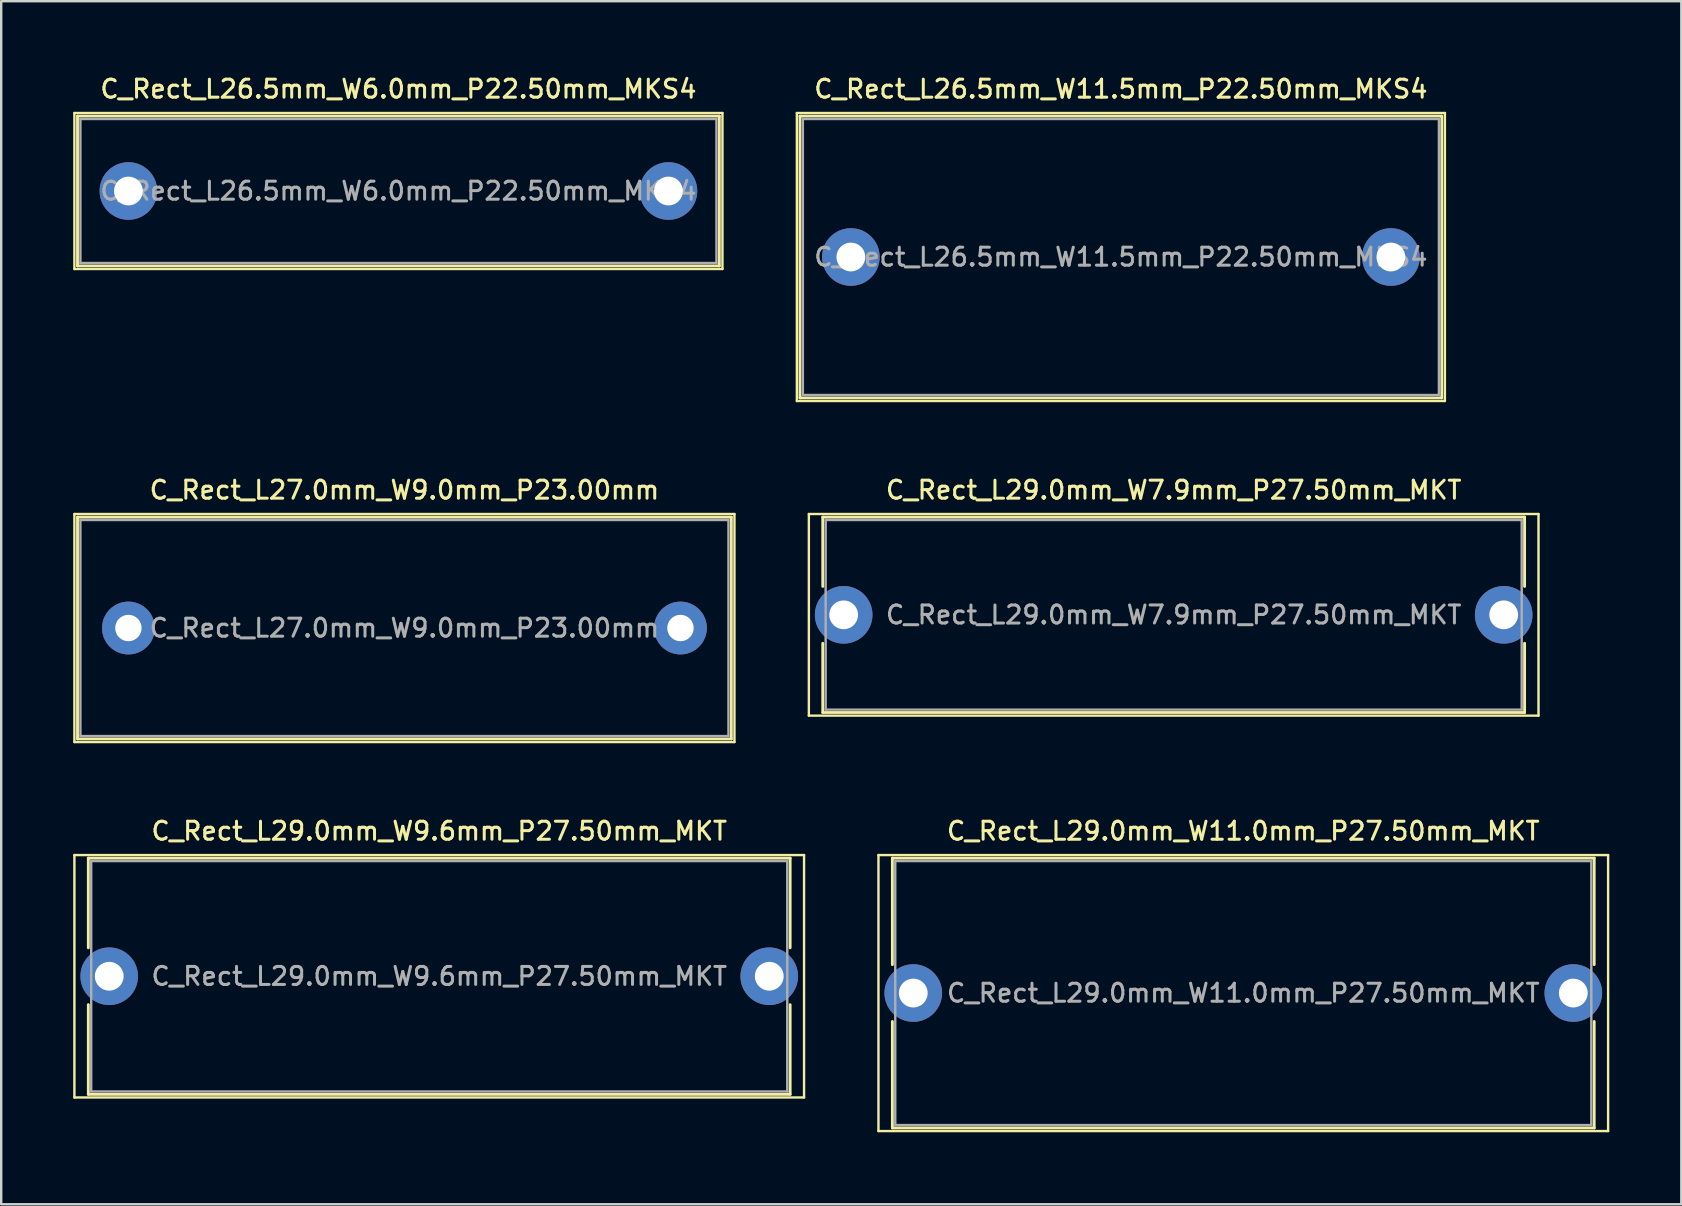
<source format=kicad_pcb>
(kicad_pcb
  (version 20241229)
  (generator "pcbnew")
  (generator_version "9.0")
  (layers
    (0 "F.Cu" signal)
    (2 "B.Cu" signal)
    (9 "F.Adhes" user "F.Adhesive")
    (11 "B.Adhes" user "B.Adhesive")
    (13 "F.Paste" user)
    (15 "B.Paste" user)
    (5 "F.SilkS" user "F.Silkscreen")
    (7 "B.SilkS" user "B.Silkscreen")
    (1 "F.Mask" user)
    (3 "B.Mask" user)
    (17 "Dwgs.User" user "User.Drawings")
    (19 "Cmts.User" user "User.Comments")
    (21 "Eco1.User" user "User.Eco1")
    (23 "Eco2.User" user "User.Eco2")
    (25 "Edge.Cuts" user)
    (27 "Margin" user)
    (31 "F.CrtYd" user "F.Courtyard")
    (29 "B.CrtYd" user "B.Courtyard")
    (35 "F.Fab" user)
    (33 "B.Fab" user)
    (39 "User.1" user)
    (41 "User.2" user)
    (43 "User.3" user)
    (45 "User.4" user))
  (footprint "C_Rect_L26.5mm_W11.5mm_P22.50mm_MKS4"
    (layer "F.Cu")
    (at 32.4 7.658)
    (property "Reference" "C_Rect_L26.5mm_W11.5mm_P22.50mm_MKS4" (at 11.25 -7 0) (layer "F.SilkS") (effects (font (size 0.75 0.75) (thickness 0.125))))
    (attr through_hole)
    (fp_line (start -2.25 -6) (end -2.25 6) (stroke (width 0.1) (type solid)) (layer "F.SilkS"))
    (fp_line (start -2.25 6) (end 24.75 6) (stroke (width 0.1) (type solid)) (layer "F.SilkS"))
    (fp_line (start -2.12 -5.87) (end -2.12 5.87) (stroke (width 0.12) (type solid)) (layer "F.SilkS"))
    (fp_line (start -2.12 -5.87) (end 24.62 -5.87) (stroke (width 0.12) (type solid)) (layer "F.SilkS"))
    (fp_line (start -2.12 5.87) (end 24.62 5.87) (stroke (width 0.12) (type solid)) (layer "F.SilkS"))
    (fp_line (start 24.62 -5.87) (end 24.62 5.87) (stroke (width 0.12) (type solid)) (layer "F.SilkS"))
    (fp_line (start 24.75 -6) (end -2.25 -6) (stroke (width 0.1) (type solid)) (layer "F.SilkS"))
    (fp_line (start 24.75 6) (end 24.75 -6) (stroke (width 0.1) (type solid)) (layer "F.SilkS"))
    (fp_line (start -2 -5.75) (end -2 5.75) (stroke (width 0.1) (type solid)) (layer "F.Fab"))
    (fp_line (start -2 5.75) (end 24.5 5.75) (stroke (width 0.1) (type solid)) (layer "F.Fab"))
    (fp_line (start 24.5 -5.75) (end -2 -5.75) (stroke (width 0.1) (type solid)) (layer "F.Fab"))
    (fp_line (start 24.5 5.75) (end 24.5 -5.75) (stroke (width 0.1) (type solid)) (layer "F.Fab"))
    (fp_text user "${REFERENCE}" (at 11.25 0 0) (layer "F.Fab") (effects (font (size 0.75 0.75) (thickness 0.125))))
    (pad "1" thru_hole circle (at 0 0) (size 2.4 2.4) (drill 1.2) (layers "*.Cu" "*.Mask"))
    (pad "2" thru_hole circle (at 22.5 0) (size 2.4 2.4) (drill 1.2) (layers "*.Cu" "*.Mask")))
  (footprint "C_Rect_L26.5mm_W6.0mm_P22.50mm_MKS4"
    (layer "F.Cu")
    (at 2.3 4.908)
    (property "Reference" "C_Rect_L26.5mm_W6.0mm_P22.50mm_MKS4" (at 11.25 -4.25 0) (layer "F.SilkS") (effects (font (size 0.75 0.75) (thickness 0.125))))
    (attr through_hole)
    (fp_line (start -2.25 -3.25) (end -2.25 3.25) (stroke (width 0.1) (type solid)) (layer "F.SilkS"))
    (fp_line (start -2.25 3.25) (end 24.75 3.25) (stroke (width 0.1) (type solid)) (layer "F.SilkS"))
    (fp_line (start -2.12 -3.12) (end -2.12 3.12) (stroke (width 0.12) (type solid)) (layer "F.SilkS"))
    (fp_line (start -2.12 -3.12) (end 24.62 -3.12) (stroke (width 0.12) (type solid)) (layer "F.SilkS"))
    (fp_line (start -2.12 3.12) (end 24.62 3.12) (stroke (width 0.12) (type solid)) (layer "F.SilkS"))
    (fp_line (start 24.62 -3.12) (end 24.62 3.12) (stroke (width 0.12) (type solid)) (layer "F.SilkS"))
    (fp_line (start 24.75 -3.25) (end -2.25 -3.25) (stroke (width 0.1) (type solid)) (layer "F.SilkS"))
    (fp_line (start 24.75 3.25) (end 24.75 -3.25) (stroke (width 0.1) (type solid)) (layer "F.SilkS"))
    (fp_line (start -2 -3) (end -2 3) (stroke (width 0.1) (type solid)) (layer "F.Fab"))
    (fp_line (start -2 3) (end 24.5 3) (stroke (width 0.1) (type solid)) (layer "F.Fab"))
    (fp_line (start 24.5 -3) (end -2 -3) (stroke (width 0.1) (type solid)) (layer "F.Fab"))
    (fp_line (start 24.5 3) (end 24.5 -3) (stroke (width 0.1) (type solid)) (layer "F.Fab"))
    (fp_text user "${REFERENCE}" (at 11.25 0 0) (layer "F.Fab") (effects (font (size 0.75 0.75) (thickness 0.125))))
    (pad "1" thru_hole circle (at 0 0) (size 2.4 2.4) (drill 1.2) (layers "*.Cu" "*.Mask"))
    (pad "2" thru_hole circle (at 22.5 0) (size 2.4 2.4) (drill 1.2) (layers "*.Cu" "*.Mask")))
  (footprint "C_Rect_L29.0mm_W11.0mm_P27.50mm_MKT"
    (layer "F.Cu")
    (at 35 38.324)
    (property "Reference" "C_Rect_L29.0mm_W11.0mm_P27.50mm_MKT" (at 13.75 -6.75 0) (layer "F.SilkS") (effects (font (size 0.75 0.75) (thickness 0.125))))
    (attr through_hole)
    (fp_line (start -1.45 -5.75) (end -1.45 5.75) (stroke (width 0.1) (type solid)) (layer "F.SilkS"))
    (fp_line (start -1.45 5.75) (end 28.95 5.75) (stroke (width 0.1) (type solid)) (layer "F.SilkS"))
    (fp_line (start -0.87 -5.62) (end -0.87 -1.185) (stroke (width 0.12) (type solid)) (layer "F.SilkS"))
    (fp_line (start -0.87 -5.62) (end 28.37 -5.62) (stroke (width 0.12) (type solid)) (layer "F.SilkS"))
    (fp_line (start -0.87 1.185) (end -0.87 5.62) (stroke (width 0.12) (type solid)) (layer "F.SilkS"))
    (fp_line (start -0.87 5.62) (end 28.37 5.62) (stroke (width 0.12) (type solid)) (layer "F.SilkS"))
    (fp_line (start 28.37 -5.62) (end 28.37 -1.185) (stroke (width 0.12) (type solid)) (layer "F.SilkS"))
    (fp_line (start 28.37 1.185) (end 28.37 5.62) (stroke (width 0.12) (type solid)) (layer "F.SilkS"))
    (fp_line (start 28.95 -5.75) (end -1.45 -5.75) (stroke (width 0.1) (type solid)) (layer "F.SilkS"))
    (fp_line (start 28.95 5.75) (end 28.95 -5.75) (stroke (width 0.1) (type solid)) (layer "F.SilkS"))
    (fp_line (start -0.75 -5.5) (end -0.75 5.5) (stroke (width 0.1) (type solid)) (layer "F.Fab"))
    (fp_line (start -0.75 5.5) (end 28.25 5.5) (stroke (width 0.1) (type solid)) (layer "F.Fab"))
    (fp_line (start 28.25 -5.5) (end -0.75 -5.5) (stroke (width 0.1) (type solid)) (layer "F.Fab"))
    (fp_line (start 28.25 5.5) (end 28.25 -5.5) (stroke (width 0.1) (type solid)) (layer "F.Fab"))
    (fp_text user "${REFERENCE}" (at 13.75 0 0) (layer "F.Fab") (effects (font (size 0.75 0.75) (thickness 0.125))))
    (pad "1" thru_hole circle (at 0 0) (size 2.4 2.4) (drill 1.2) (layers "*.Cu" "*.Mask"))
    (pad "2" thru_hole circle (at 27.5 0) (size 2.4 2.4) (drill 1.2) (layers "*.Cu" "*.Mask")))
  (footprint "C_Rect_L29.0mm_W9.6mm_P27.50mm_MKT"
    (layer "F.Cu")
    (at 1.5 37.624)
    (property "Reference" "C_Rect_L29.0mm_W9.6mm_P27.50mm_MKT" (at 13.75 -6.05 0) (layer "F.SilkS") (effects (font (size 0.75 0.75) (thickness 0.125))))
    (attr through_hole)
    (fp_line (start -1.45 -5.05) (end -1.45 5.05) (stroke (width 0.1) (type solid)) (layer "F.SilkS"))
    (fp_line (start -1.45 5.05) (end 28.95 5.05) (stroke (width 0.1) (type solid)) (layer "F.SilkS"))
    (fp_line (start -0.87 -4.92) (end -0.87 -1.185) (stroke (width 0.12) (type solid)) (layer "F.SilkS"))
    (fp_line (start -0.87 -4.92) (end 28.37 -4.92) (stroke (width 0.12) (type solid)) (layer "F.SilkS"))
    (fp_line (start -0.87 1.185) (end -0.87 4.92) (stroke (width 0.12) (type solid)) (layer "F.SilkS"))
    (fp_line (start -0.87 4.92) (end 28.37 4.92) (stroke (width 0.12) (type solid)) (layer "F.SilkS"))
    (fp_line (start 28.37 -4.92) (end 28.37 -1.185) (stroke (width 0.12) (type solid)) (layer "F.SilkS"))
    (fp_line (start 28.37 1.185) (end 28.37 4.92) (stroke (width 0.12) (type solid)) (layer "F.SilkS"))
    (fp_line (start 28.95 -5.05) (end -1.45 -5.05) (stroke (width 0.1) (type solid)) (layer "F.SilkS"))
    (fp_line (start 28.95 5.05) (end 28.95 -5.05) (stroke (width 0.1) (type solid)) (layer "F.SilkS"))
    (fp_line (start -0.75 -4.8) (end -0.75 4.8) (stroke (width 0.1) (type solid)) (layer "F.Fab"))
    (fp_line (start -0.75 4.8) (end 28.25 4.8) (stroke (width 0.1) (type solid)) (layer "F.Fab"))
    (fp_line (start 28.25 -4.8) (end -0.75 -4.8) (stroke (width 0.1) (type solid)) (layer "F.Fab"))
    (fp_line (start 28.25 4.8) (end 28.25 -4.8) (stroke (width 0.1) (type solid)) (layer "F.Fab"))
    (fp_text user "${REFERENCE}" (at 13.75 0 0) (layer "F.Fab") (effects (font (size 0.75 0.75) (thickness 0.125))))
    (pad "1" thru_hole circle (at 0 0) (size 2.4 2.4) (drill 1.2) (layers "*.Cu" "*.Mask"))
    (pad "2" thru_hole circle (at 27.5 0) (size 2.4 2.4) (drill 1.2) (layers "*.Cu" "*.Mask")))
  (footprint "C_Rect_L29.0mm_W7.9mm_P27.50mm_MKT"
    (layer "F.Cu")
    (at 32.1 22.566)
    (property "Reference" "C_Rect_L29.0mm_W7.9mm_P27.50mm_MKT" (at 13.75 -5.2 0) (layer "F.SilkS") (effects (font (size 0.75 0.75) (thickness 0.125))))
    (attr through_hole)
    (fp_line (start -1.45 -4.2) (end -1.45 4.2) (stroke (width 0.1) (type solid)) (layer "F.SilkS"))
    (fp_line (start -1.45 4.2) (end 28.95 4.2) (stroke (width 0.1) (type solid)) (layer "F.SilkS"))
    (fp_line (start -0.87 -4.07) (end -0.87 -1.185) (stroke (width 0.12) (type solid)) (layer "F.SilkS"))
    (fp_line (start -0.87 -4.07) (end 28.37 -4.07) (stroke (width 0.12) (type solid)) (layer "F.SilkS"))
    (fp_line (start -0.87 1.185) (end -0.87 4.07) (stroke (width 0.12) (type solid)) (layer "F.SilkS"))
    (fp_line (start -0.87 4.07) (end 28.37 4.07) (stroke (width 0.12) (type solid)) (layer "F.SilkS"))
    (fp_line (start 28.37 -4.07) (end 28.37 -1.185) (stroke (width 0.12) (type solid)) (layer "F.SilkS"))
    (fp_line (start 28.37 1.185) (end 28.37 4.07) (stroke (width 0.12) (type solid)) (layer "F.SilkS"))
    (fp_line (start 28.95 -4.2) (end -1.45 -4.2) (stroke (width 0.1) (type solid)) (layer "F.SilkS"))
    (fp_line (start 28.95 4.2) (end 28.95 -4.2) (stroke (width 0.1) (type solid)) (layer "F.SilkS"))
    (fp_line (start -0.75 -3.95) (end -0.75 3.95) (stroke (width 0.1) (type solid)) (layer "F.Fab"))
    (fp_line (start -0.75 3.95) (end 28.25 3.95) (stroke (width 0.1) (type solid)) (layer "F.Fab"))
    (fp_line (start 28.25 -3.95) (end -0.75 -3.95) (stroke (width 0.1) (type solid)) (layer "F.Fab"))
    (fp_line (start 28.25 3.95) (end 28.25 -3.95) (stroke (width 0.1) (type solid)) (layer "F.Fab"))
    (fp_text user "${REFERENCE}" (at 13.75 0 0) (layer "F.Fab") (effects (font (size 0.75 0.75) (thickness 0.125))))
    (pad "1" thru_hole circle (at 0 0) (size 2.4 2.4) (drill 1.2) (layers "*.Cu" "*.Mask"))
    (pad "2" thru_hole circle (at 27.5 0) (size 2.4 2.4) (drill 1.2) (layers "*.Cu" "*.Mask")))
  (footprint "C_Rect_L27.0mm_W9.0mm_P23.00mm"
    (layer "F.Cu")
    (at 2.3 23.116)
    (property "Reference" "C_Rect_L27.0mm_W9.0mm_P23.00mm" (at 11.5 -5.75 0) (layer "F.SilkS") (effects (font (size 0.75 0.75) (thickness 0.125))))
    (attr through_hole)
    (fp_line (start -2.25 -4.75) (end -2.25 4.75) (stroke (width 0.1) (type solid)) (layer "F.SilkS"))
    (fp_line (start -2.25 4.75) (end 25.25 4.75) (stroke (width 0.1) (type solid)) (layer "F.SilkS"))
    (fp_line (start -2.12 -4.62) (end -2.12 4.62) (stroke (width 0.12) (type solid)) (layer "F.SilkS"))
    (fp_line (start -2.12 -4.62) (end 25.12 -4.62) (stroke (width 0.12) (type solid)) (layer "F.SilkS"))
    (fp_line (start -2.12 4.62) (end 25.12 4.62) (stroke (width 0.12) (type solid)) (layer "F.SilkS"))
    (fp_line (start 25.12 -4.62) (end 25.12 4.62) (stroke (width 0.12) (type solid)) (layer "F.SilkS"))
    (fp_line (start 25.25 -4.75) (end -2.25 -4.75) (stroke (width 0.1) (type solid)) (layer "F.SilkS"))
    (fp_line (start 25.25 4.75) (end 25.25 -4.75) (stroke (width 0.1) (type solid)) (layer "F.SilkS"))
    (fp_line (start -2 -4.5) (end -2 4.5) (stroke (width 0.1) (type solid)) (layer "F.Fab"))
    (fp_line (start -2 4.5) (end 25 4.5) (stroke (width 0.1) (type solid)) (layer "F.Fab"))
    (fp_line (start 25 -4.5) (end -2 -4.5) (stroke (width 0.1) (type solid)) (layer "F.Fab"))
    (fp_line (start 25 4.5) (end 25 -4.5) (stroke (width 0.1) (type solid)) (layer "F.Fab"))
    (fp_text user "${REFERENCE}" (at 11.5 0 0) (layer "F.Fab") (effects (font (size 0.75 0.75) (thickness 0.125))))
    (pad "1" thru_hole circle (at 0 0) (size 2.2 2.2) (drill 1.1) (layers "*.Cu" "*.Mask"))
    (pad "2" thru_hole circle (at 23 0) (size 2.2 2.2) (drill 1.1) (layers "*.Cu" "*.Mask")))
  (gr_rect
    (start -3 -3)
    (end 67 47.124)
    (stroke (width 0.1) (type default))
    (fill no)
    (layer "Edge.Cuts")))
</source>
